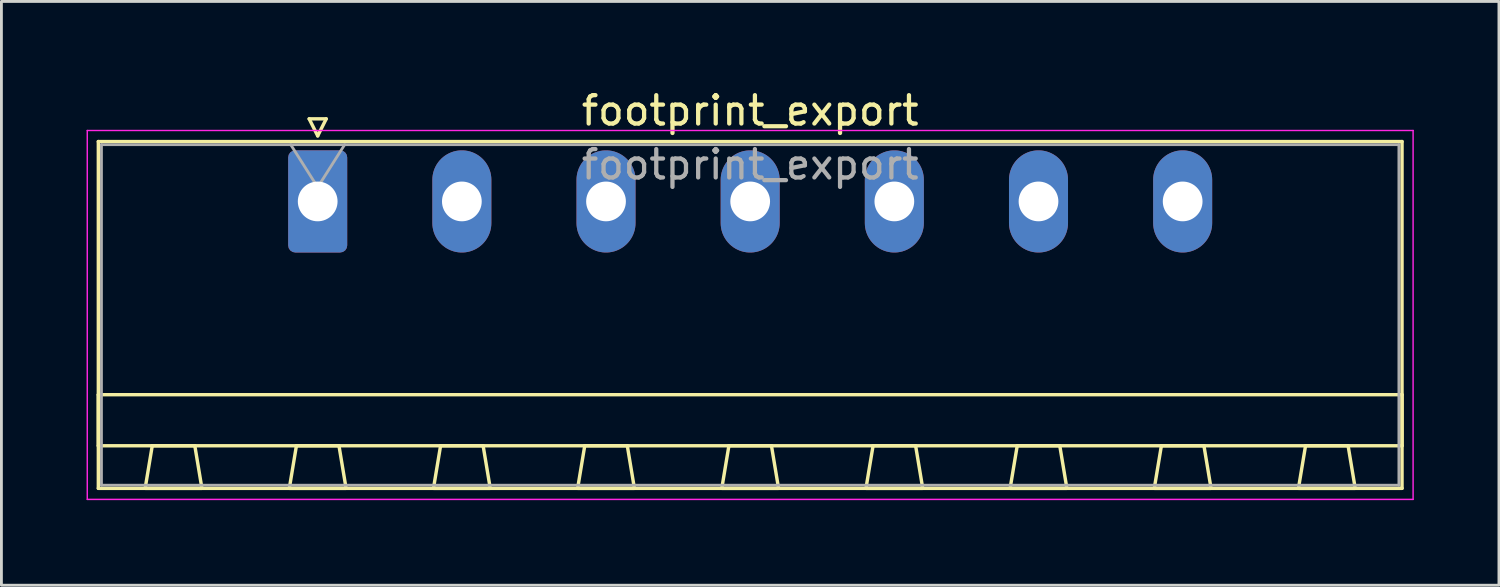
<source format=kicad_pcb>
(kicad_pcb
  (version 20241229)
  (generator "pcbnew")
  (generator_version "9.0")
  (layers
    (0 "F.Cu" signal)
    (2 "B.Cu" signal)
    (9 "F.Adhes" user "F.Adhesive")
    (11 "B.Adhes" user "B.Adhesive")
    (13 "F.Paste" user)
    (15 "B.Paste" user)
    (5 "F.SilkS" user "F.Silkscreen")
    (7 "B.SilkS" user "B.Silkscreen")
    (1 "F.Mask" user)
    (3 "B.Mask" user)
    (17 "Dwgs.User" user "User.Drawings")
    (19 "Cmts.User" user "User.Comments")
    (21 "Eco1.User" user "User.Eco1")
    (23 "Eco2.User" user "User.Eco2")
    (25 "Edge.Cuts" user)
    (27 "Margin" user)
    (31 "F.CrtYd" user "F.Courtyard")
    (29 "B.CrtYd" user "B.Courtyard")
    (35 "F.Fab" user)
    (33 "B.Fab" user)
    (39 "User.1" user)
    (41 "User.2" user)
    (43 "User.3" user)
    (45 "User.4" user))
  (footprint "footprint_export"
    (layer "F.Cu")
    (at 8.145 4.048)
    (property "Reference" "footprint_export" (at 15.24 -3.2 0) (layer "F.SilkS") (effects (font (size 1 1) (thickness 0.15))))
    (attr through_hole)
    (fp_line (start -7.73 -2.11) (end -7.73 10.11) (stroke (width 0.12) (type solid)) (layer "F.SilkS"))
    (fp_line (start -7.73 6.81) (end 38.21 6.81) (stroke (width 0.12) (type solid)) (layer "F.SilkS"))
    (fp_line (start -7.73 8.61) (end -7.73 6.81) (stroke (width 0.12) (type solid)) (layer "F.SilkS"))
    (fp_line (start -7.73 10.11) (end 38.21 10.11) (stroke (width 0.12) (type solid)) (layer "F.SilkS"))
    (fp_line (start -6.08 10.11) (end -4.08 10.11) (stroke (width 0.12) (type solid)) (layer "F.SilkS"))
    (fp_line (start -5.83 8.61) (end -6.08 10.11) (stroke (width 0.12) (type solid)) (layer "F.SilkS"))
    (fp_line (start -4.33 8.61) (end -5.83 8.61) (stroke (width 0.12) (type solid)) (layer "F.SilkS"))
    (fp_line (start -4.08 10.11) (end -4.33 8.61) (stroke (width 0.12) (type solid)) (layer "F.SilkS"))
    (fp_line (start -1 10.11) (end 1 10.11) (stroke (width 0.12) (type solid)) (layer "F.SilkS"))
    (fp_line (start -0.75 8.61) (end -1 10.11) (stroke (width 0.12) (type solid)) (layer "F.SilkS"))
    (fp_line (start -0.3 -2.91) (end 0.3 -2.91) (stroke (width 0.12) (type solid)) (layer "F.SilkS"))
    (fp_line (start 0 -2.31) (end -0.3 -2.91) (stroke (width 0.12) (type solid)) (layer "F.SilkS"))
    (fp_line (start 0.3 -2.91) (end 0 -2.31) (stroke (width 0.12) (type solid)) (layer "F.SilkS"))
    (fp_line (start 0.75 8.61) (end -0.75 8.61) (stroke (width 0.12) (type solid)) (layer "F.SilkS"))
    (fp_line (start 1 10.11) (end 0.75 8.61) (stroke (width 0.12) (type solid)) (layer "F.SilkS"))
    (fp_line (start 4.08 10.11) (end 6.08 10.11) (stroke (width 0.12) (type solid)) (layer "F.SilkS"))
    (fp_line (start 4.33 8.61) (end 4.08 10.11) (stroke (width 0.12) (type solid)) (layer "F.SilkS"))
    (fp_line (start 5.83 8.61) (end 4.33 8.61) (stroke (width 0.12) (type solid)) (layer "F.SilkS"))
    (fp_line (start 6.08 10.11) (end 5.83 8.61) (stroke (width 0.12) (type solid)) (layer "F.SilkS"))
    (fp_line (start 9.16 10.11) (end 11.16 10.11) (stroke (width 0.12) (type solid)) (layer "F.SilkS"))
    (fp_line (start 9.41 8.61) (end 9.16 10.11) (stroke (width 0.12) (type solid)) (layer "F.SilkS"))
    (fp_line (start 10.91 8.61) (end 9.41 8.61) (stroke (width 0.12) (type solid)) (layer "F.SilkS"))
    (fp_line (start 11.16 10.11) (end 10.91 8.61) (stroke (width 0.12) (type solid)) (layer "F.SilkS"))
    (fp_line (start 14.24 10.11) (end 16.24 10.11) (stroke (width 0.12) (type solid)) (layer "F.SilkS"))
    (fp_line (start 14.49 8.61) (end 14.24 10.11) (stroke (width 0.12) (type solid)) (layer "F.SilkS"))
    (fp_line (start 15.99 8.61) (end 14.49 8.61) (stroke (width 0.12) (type solid)) (layer "F.SilkS"))
    (fp_line (start 16.24 10.11) (end 15.99 8.61) (stroke (width 0.12) (type solid)) (layer "F.SilkS"))
    (fp_line (start 19.32 10.11) (end 21.32 10.11) (stroke (width 0.12) (type solid)) (layer "F.SilkS"))
    (fp_line (start 19.57 8.61) (end 19.32 10.11) (stroke (width 0.12) (type solid)) (layer "F.SilkS"))
    (fp_line (start 21.07 8.61) (end 19.57 8.61) (stroke (width 0.12) (type solid)) (layer "F.SilkS"))
    (fp_line (start 21.32 10.11) (end 21.07 8.61) (stroke (width 0.12) (type solid)) (layer "F.SilkS"))
    (fp_line (start 24.4 10.11) (end 26.4 10.11) (stroke (width 0.12) (type solid)) (layer "F.SilkS"))
    (fp_line (start 24.65 8.61) (end 24.4 10.11) (stroke (width 0.12) (type solid)) (layer "F.SilkS"))
    (fp_line (start 26.15 8.61) (end 24.65 8.61) (stroke (width 0.12) (type solid)) (layer "F.SilkS"))
    (fp_line (start 26.4 10.11) (end 26.15 8.61) (stroke (width 0.12) (type solid)) (layer "F.SilkS"))
    (fp_line (start 29.48 10.11) (end 31.48 10.11) (stroke (width 0.12) (type solid)) (layer "F.SilkS"))
    (fp_line (start 29.73 8.61) (end 29.48 10.11) (stroke (width 0.12) (type solid)) (layer "F.SilkS"))
    (fp_line (start 31.23 8.61) (end 29.73 8.61) (stroke (width 0.12) (type solid)) (layer "F.SilkS"))
    (fp_line (start 31.48 10.11) (end 31.23 8.61) (stroke (width 0.12) (type solid)) (layer "F.SilkS"))
    (fp_line (start 34.56 10.11) (end 36.56 10.11) (stroke (width 0.12) (type solid)) (layer "F.SilkS"))
    (fp_line (start 34.81 8.61) (end 34.56 10.11) (stroke (width 0.12) (type solid)) (layer "F.SilkS"))
    (fp_line (start 36.31 8.61) (end 34.81 8.61) (stroke (width 0.12) (type solid)) (layer "F.SilkS"))
    (fp_line (start 36.56 10.11) (end 36.31 8.61) (stroke (width 0.12) (type solid)) (layer "F.SilkS"))
    (fp_line (start 38.21 -2.11) (end -7.73 -2.11) (stroke (width 0.12) (type solid)) (layer "F.SilkS"))
    (fp_line (start 38.21 6.81) (end 38.21 8.61) (stroke (width 0.12) (type solid)) (layer "F.SilkS"))
    (fp_line (start 38.21 8.61) (end -7.73 8.61) (stroke (width 0.12) (type solid)) (layer "F.SilkS"))
    (fp_line (start 38.21 10.11) (end 38.21 -2.11) (stroke (width 0.12) (type solid)) (layer "F.SilkS"))
    (fp_line (start -8.12 -2.5) (end -8.12 10.5) (stroke (width 0.05) (type solid)) (layer "F.CrtYd"))
    (fp_line (start -8.12 10.5) (end 38.6 10.5) (stroke (width 0.05) (type solid)) (layer "F.CrtYd"))
    (fp_line (start 38.6 -2.5) (end -8.12 -2.5) (stroke (width 0.05) (type solid)) (layer "F.CrtYd"))
    (fp_line (start 38.6 10.5) (end 38.6 -2.5) (stroke (width 0.05) (type solid)) (layer "F.CrtYd"))
    (fp_line (start -7.62 -2) (end -7.62 10) (stroke (width 0.1) (type solid)) (layer "F.Fab"))
    (fp_line (start -7.62 10) (end 38.1 10) (stroke (width 0.1) (type solid)) (layer "F.Fab"))
    (fp_line (start 0 -0.5) (end -0.95 -2) (stroke (width 0.1) (type solid)) (layer "F.Fab"))
    (fp_line (start 0.95 -2) (end 0 -0.5) (stroke (width 0.1) (type solid)) (layer "F.Fab"))
    (fp_line (start 38.1 -2) (end -7.62 -2) (stroke (width 0.1) (type solid)) (layer "F.Fab"))
    (fp_line (start 38.1 10) (end 38.1 -2) (stroke (width 0.1) (type solid)) (layer "F.Fab"))
    (fp_text user "${REFERENCE}" (at 15.24 -1.3 0) (layer "F.Fab") (effects (font (size 1 1) (thickness 0.15))))
    (pad "1" thru_hole roundrect (at 0 0) (size 2.08 3.6) (drill 1.4) (layers "*.Cu" "*.Mask") (roundrect_rratio 0.12))
    (pad "2" thru_hole oval (at 5.08 0) (size 2.08 3.6) (drill 1.4) (layers "*.Cu" "*.Mask"))
    (pad "3" thru_hole oval (at 10.16 0) (size 2.08 3.6) (drill 1.4) (layers "*.Cu" "*.Mask"))
    (pad "4" thru_hole oval (at 15.24 0) (size 2.08 3.6) (drill 1.4) (layers "*.Cu" "*.Mask"))
    (pad "5" thru_hole oval (at 20.32 0) (size 2.08 3.6) (drill 1.4) (layers "*.Cu" "*.Mask"))
    (pad "6" thru_hole oval (at 25.4 0) (size 2.08 3.6) (drill 1.4) (layers "*.Cu" "*.Mask"))
    (pad "7" thru_hole oval (at 30.48 0) (size 2.08 3.6) (drill 1.4) (layers "*.Cu" "*.Mask")))
  (gr_rect
    (start -3 -3)
    (end 49.77 17.573)
    (stroke (width 0.1) (type default))
    (fill no)
    (layer "Edge.Cuts")))
</source>
